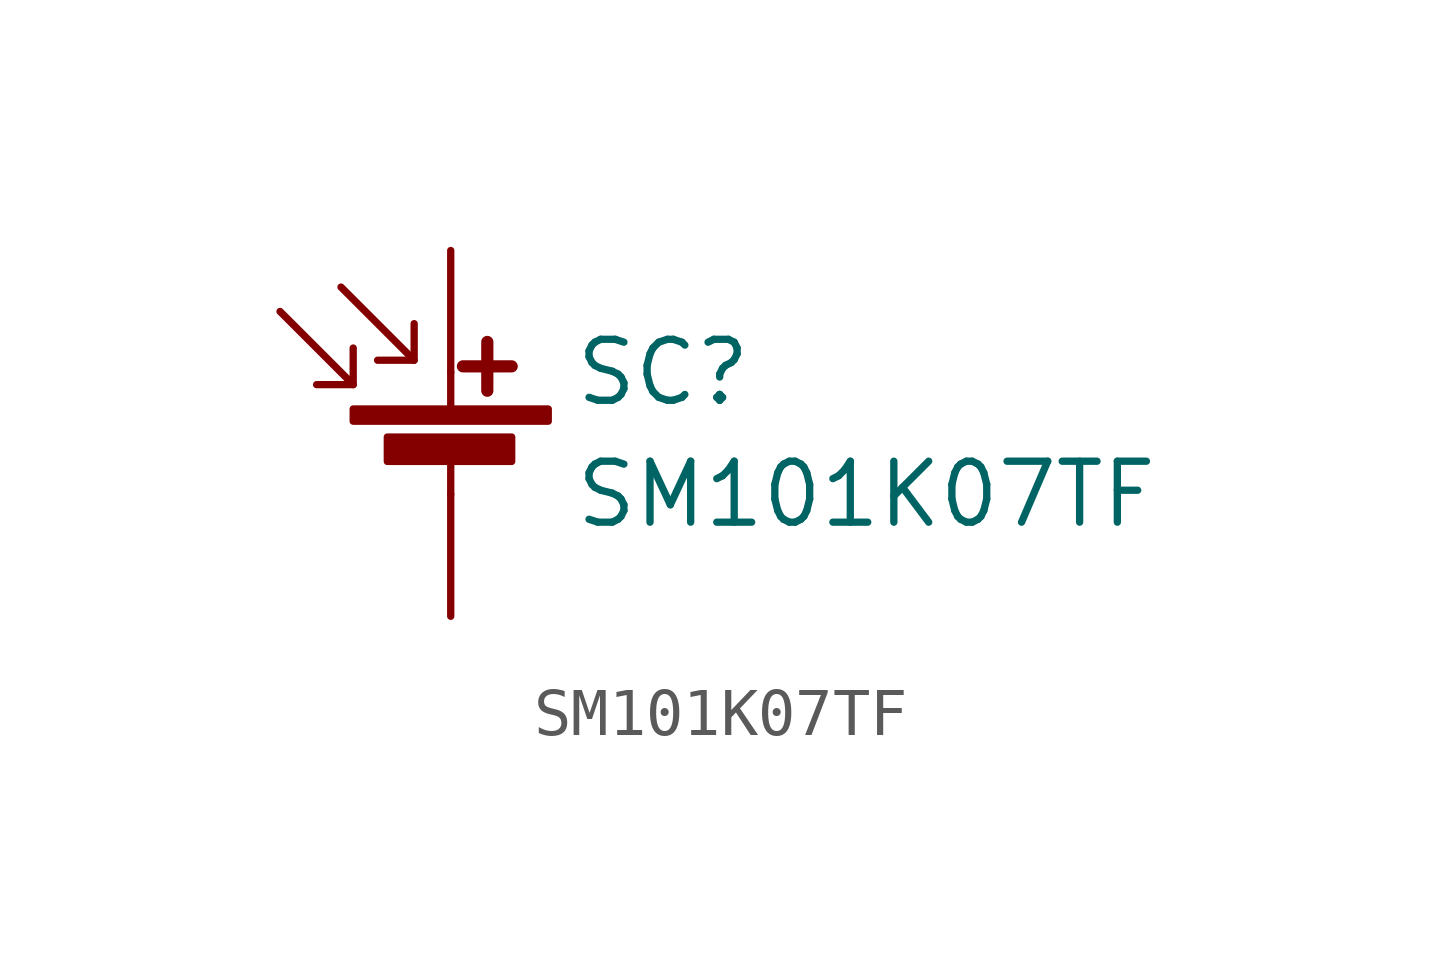
<source format=kicad_sym>
(kicad_symbol_lib
  (version 20231120)
  (generator "kicad_symbol_editor")
  (generator_version "8.0")
  (symbol "SM101K07TF"
    (pin_numbers hide)
    (pin_names
      (offset 0) hide)
    (property "Reference" "SC"
      (at 2.54 2.54 0)
      (effects (font (size 1.27 1.27)) (justify left)))
    (property "Value" "SM101K07TF"
      (at 2.54 0 0)
      (effects (font (size 1.27 1.27)) (justify left)))
    (symbol "SM101K07TF_0_1"
      (rectangle (start -2.032 1.778) (end 2.032 1.524) (stroke (width 0) (type default)) (fill (type outline)))
      (rectangle (start -1.321 1.194) (end 1.27 0.686) (stroke (width 0) (type default)) (fill (type outline)))
      (polyline (pts (xy -2.032 2.286) (xy -3.556 3.81)) (stroke (width 0) (type default)) (fill (type none)))
      (polyline (pts (xy -0.762 2.794) (xy -2.286 4.318)) (stroke (width 0) (type default)) (fill (type none)))
      (polyline (pts (xy 0 0.762) (xy 0 0)) (stroke (width 0) (type default)) (fill (type none)))
      (polyline (pts (xy 0 1.778) (xy 0 2.54)) (stroke (width 0) (type default)) (fill (type none)))
      (polyline (pts (xy 0.254 2.667) (xy 1.27 2.667)) (stroke (width 0.254) (type default)) (fill (type none)))
      (polyline (pts (xy 0.762 3.175) (xy 0.762 2.159)) (stroke (width 0.254) (type default)) (fill (type none)))
      (polyline (pts (xy -2.032 3.048) (xy -2.032 2.286) (xy -2.794 2.286)) (stroke (width 0) (type default)) (fill (type none)))
      (polyline (pts (xy -0.762 3.556) (xy -0.762 2.794) (xy -1.524 2.794)) (stroke (width 0) (type default)) (fill (type none))))
    (symbol "SM101K07TF_1_1"
      (pin passive line (at 0 5.08 270) (length 2.54) (name "+" (effects (font (size 1.27 1.27)))) (number "1" (effects (font (size 1.27 1.27)))))
      (pin passive line (at 0 -2.54 90) (length 2.54) (name "-" (effects (font (size 1.27 1.27)))) (number "2" (effects (font (size 1.27 1.27))))))))
</source>
